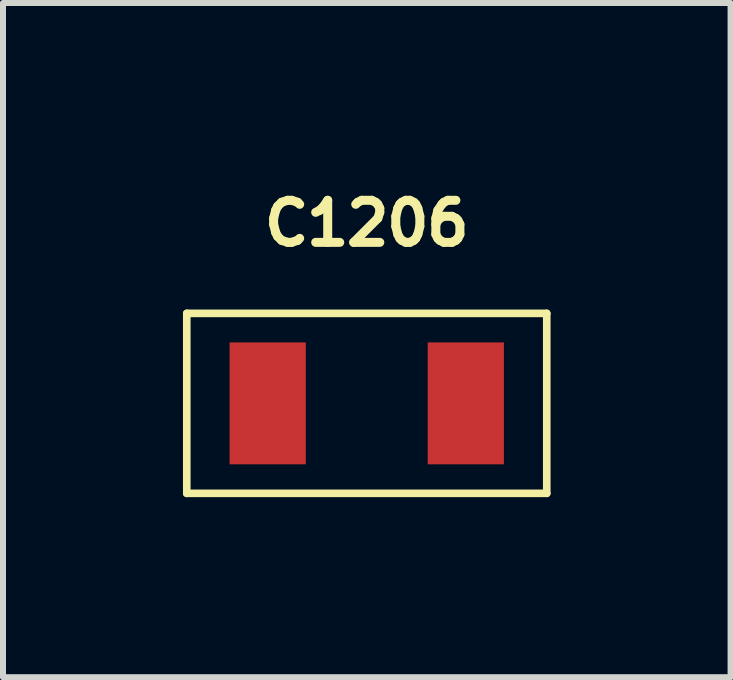
<source format=kicad_pcb>
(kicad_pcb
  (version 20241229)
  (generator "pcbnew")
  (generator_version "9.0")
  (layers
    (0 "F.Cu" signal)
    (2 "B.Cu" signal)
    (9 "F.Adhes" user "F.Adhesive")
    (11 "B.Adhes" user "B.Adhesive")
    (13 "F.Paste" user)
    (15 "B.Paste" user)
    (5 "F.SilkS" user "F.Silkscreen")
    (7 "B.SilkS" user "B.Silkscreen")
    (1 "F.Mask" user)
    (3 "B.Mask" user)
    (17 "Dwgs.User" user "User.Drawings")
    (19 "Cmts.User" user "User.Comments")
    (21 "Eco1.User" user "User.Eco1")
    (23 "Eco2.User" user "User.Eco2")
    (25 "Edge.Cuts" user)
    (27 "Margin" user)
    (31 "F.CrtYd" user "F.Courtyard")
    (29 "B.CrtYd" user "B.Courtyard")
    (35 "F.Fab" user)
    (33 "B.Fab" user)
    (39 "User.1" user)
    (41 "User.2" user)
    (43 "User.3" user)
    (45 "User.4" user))
  (footprint "C1206"
    (layer "F.Cu")
    (at 3.063 3.673)
    (property "Reference" "C1206" (at 0 -3 0) (layer "F.SilkS") (effects (font (size 0.701 0.701) (thickness 0.15))))
    (attr smd)
    (fp_line (start -3 -1.5) (end 3 -1.5) (stroke (width 0.127) (type solid)) (layer "F.SilkS"))
    (fp_line (start -3 1.5) (end -3 -1.5) (stroke (width 0.127) (type solid)) (layer "F.SilkS"))
    (fp_line (start 3 -1.5) (end 3 1.5) (stroke (width 0.127) (type solid)) (layer "F.SilkS"))
    (fp_line (start 3 1.5) (end -3 1.5) (stroke (width 0.127) (type solid)) (layer "F.SilkS"))
    (pad "1" smd rect (at -1.651 0) (size 1.27 2.032) (layers "F.Cu" "F.Mask" "F.Paste"))
    (pad "2" smd rect (at 1.651 0) (size 1.27 2.032) (layers "F.Cu" "F.Mask" "F.Paste")))
  (gr_rect
    (start -3 -3)
    (end 9.127 8.237)
    (stroke (width 0.1) (type default))
    (fill no)
    (layer "Edge.Cuts")))
</source>
